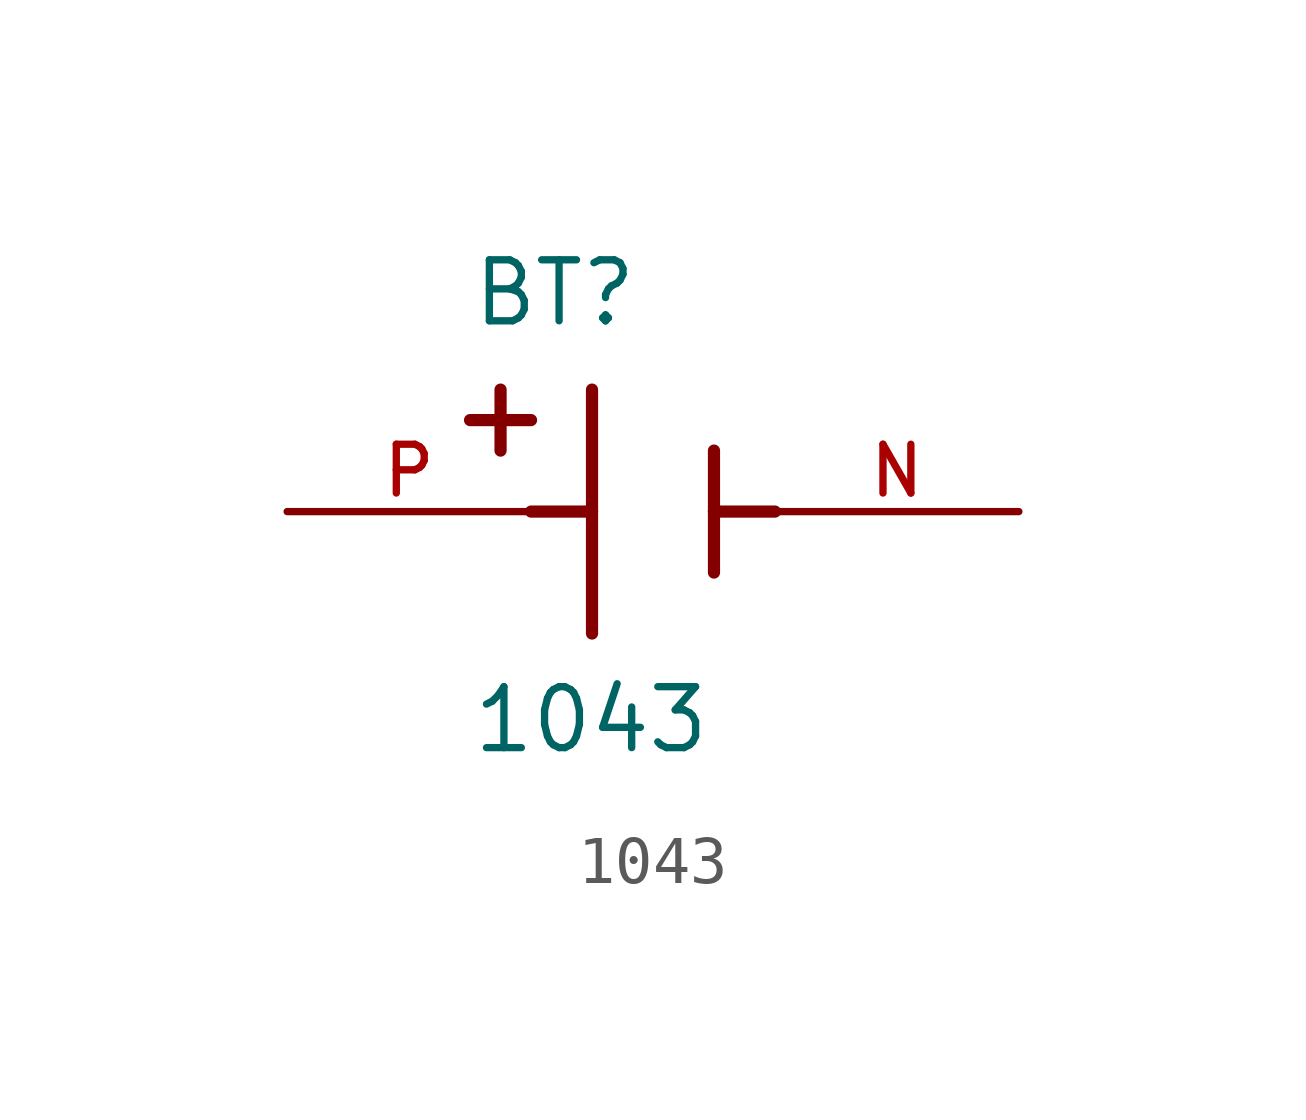
<source format=kicad_sym>
(kicad_symbol_lib
  (version 20231120)
  (generator "kicad_symbol_editor")
  (generator_version "8.0")
  (symbol "1043"
    (pin_names
      (offset 1.016))
    (property "Reference" "BT"
      (at -3.81 3.81 0)
      (effects (font (size 1.27 1.27)) (justify left bottom)))
    (property "Value" "1043"
      (at -3.81 -5.08 0)
      (effects (font (size 1.27 1.27)) (justify left bottom)))
    (symbol "1043_0_0"
      (polyline (pts (xy -3.81 1.905) (xy -2.54 1.905)) (stroke (width 0.254) (type default)) (fill (type none)))
      (polyline (pts (xy -3.175 2.54) (xy -3.175 1.27)) (stroke (width 0.254) (type default)) (fill (type none)))
      (polyline (pts (xy -1.27 0) (xy -2.54 0)) (stroke (width 0.254) (type default)) (fill (type none)))
      (polyline (pts (xy -1.27 0) (xy -1.27 -2.54)) (stroke (width 0.254) (type default)) (fill (type none)))
      (polyline (pts (xy -1.27 2.54) (xy -1.27 0)) (stroke (width 0.254) (type default)) (fill (type none)))
      (polyline (pts (xy 1.27 0) (xy 1.27 -1.27)) (stroke (width 0.254) (type default)) (fill (type none)))
      (polyline (pts (xy 1.27 0) (xy 2.54 0)) (stroke (width 0.254) (type default)) (fill (type none)))
      (polyline (pts (xy 1.27 1.27) (xy 1.27 0)) (stroke (width 0.254) (type default)) (fill (type none)))
      (pin passive line (at 7.62 0 180) (length 5.08) (name "~" (effects (font (size 1.016 1.016)))) (number "N" (effects (font (size 1.016 1.016)))))
      (pin passive line (at -7.62 0 0) (length 5.08) (name "~" (effects (font (size 1.016 1.016)))) (number "P" (effects (font (size 1.016 1.016))))))))
</source>
